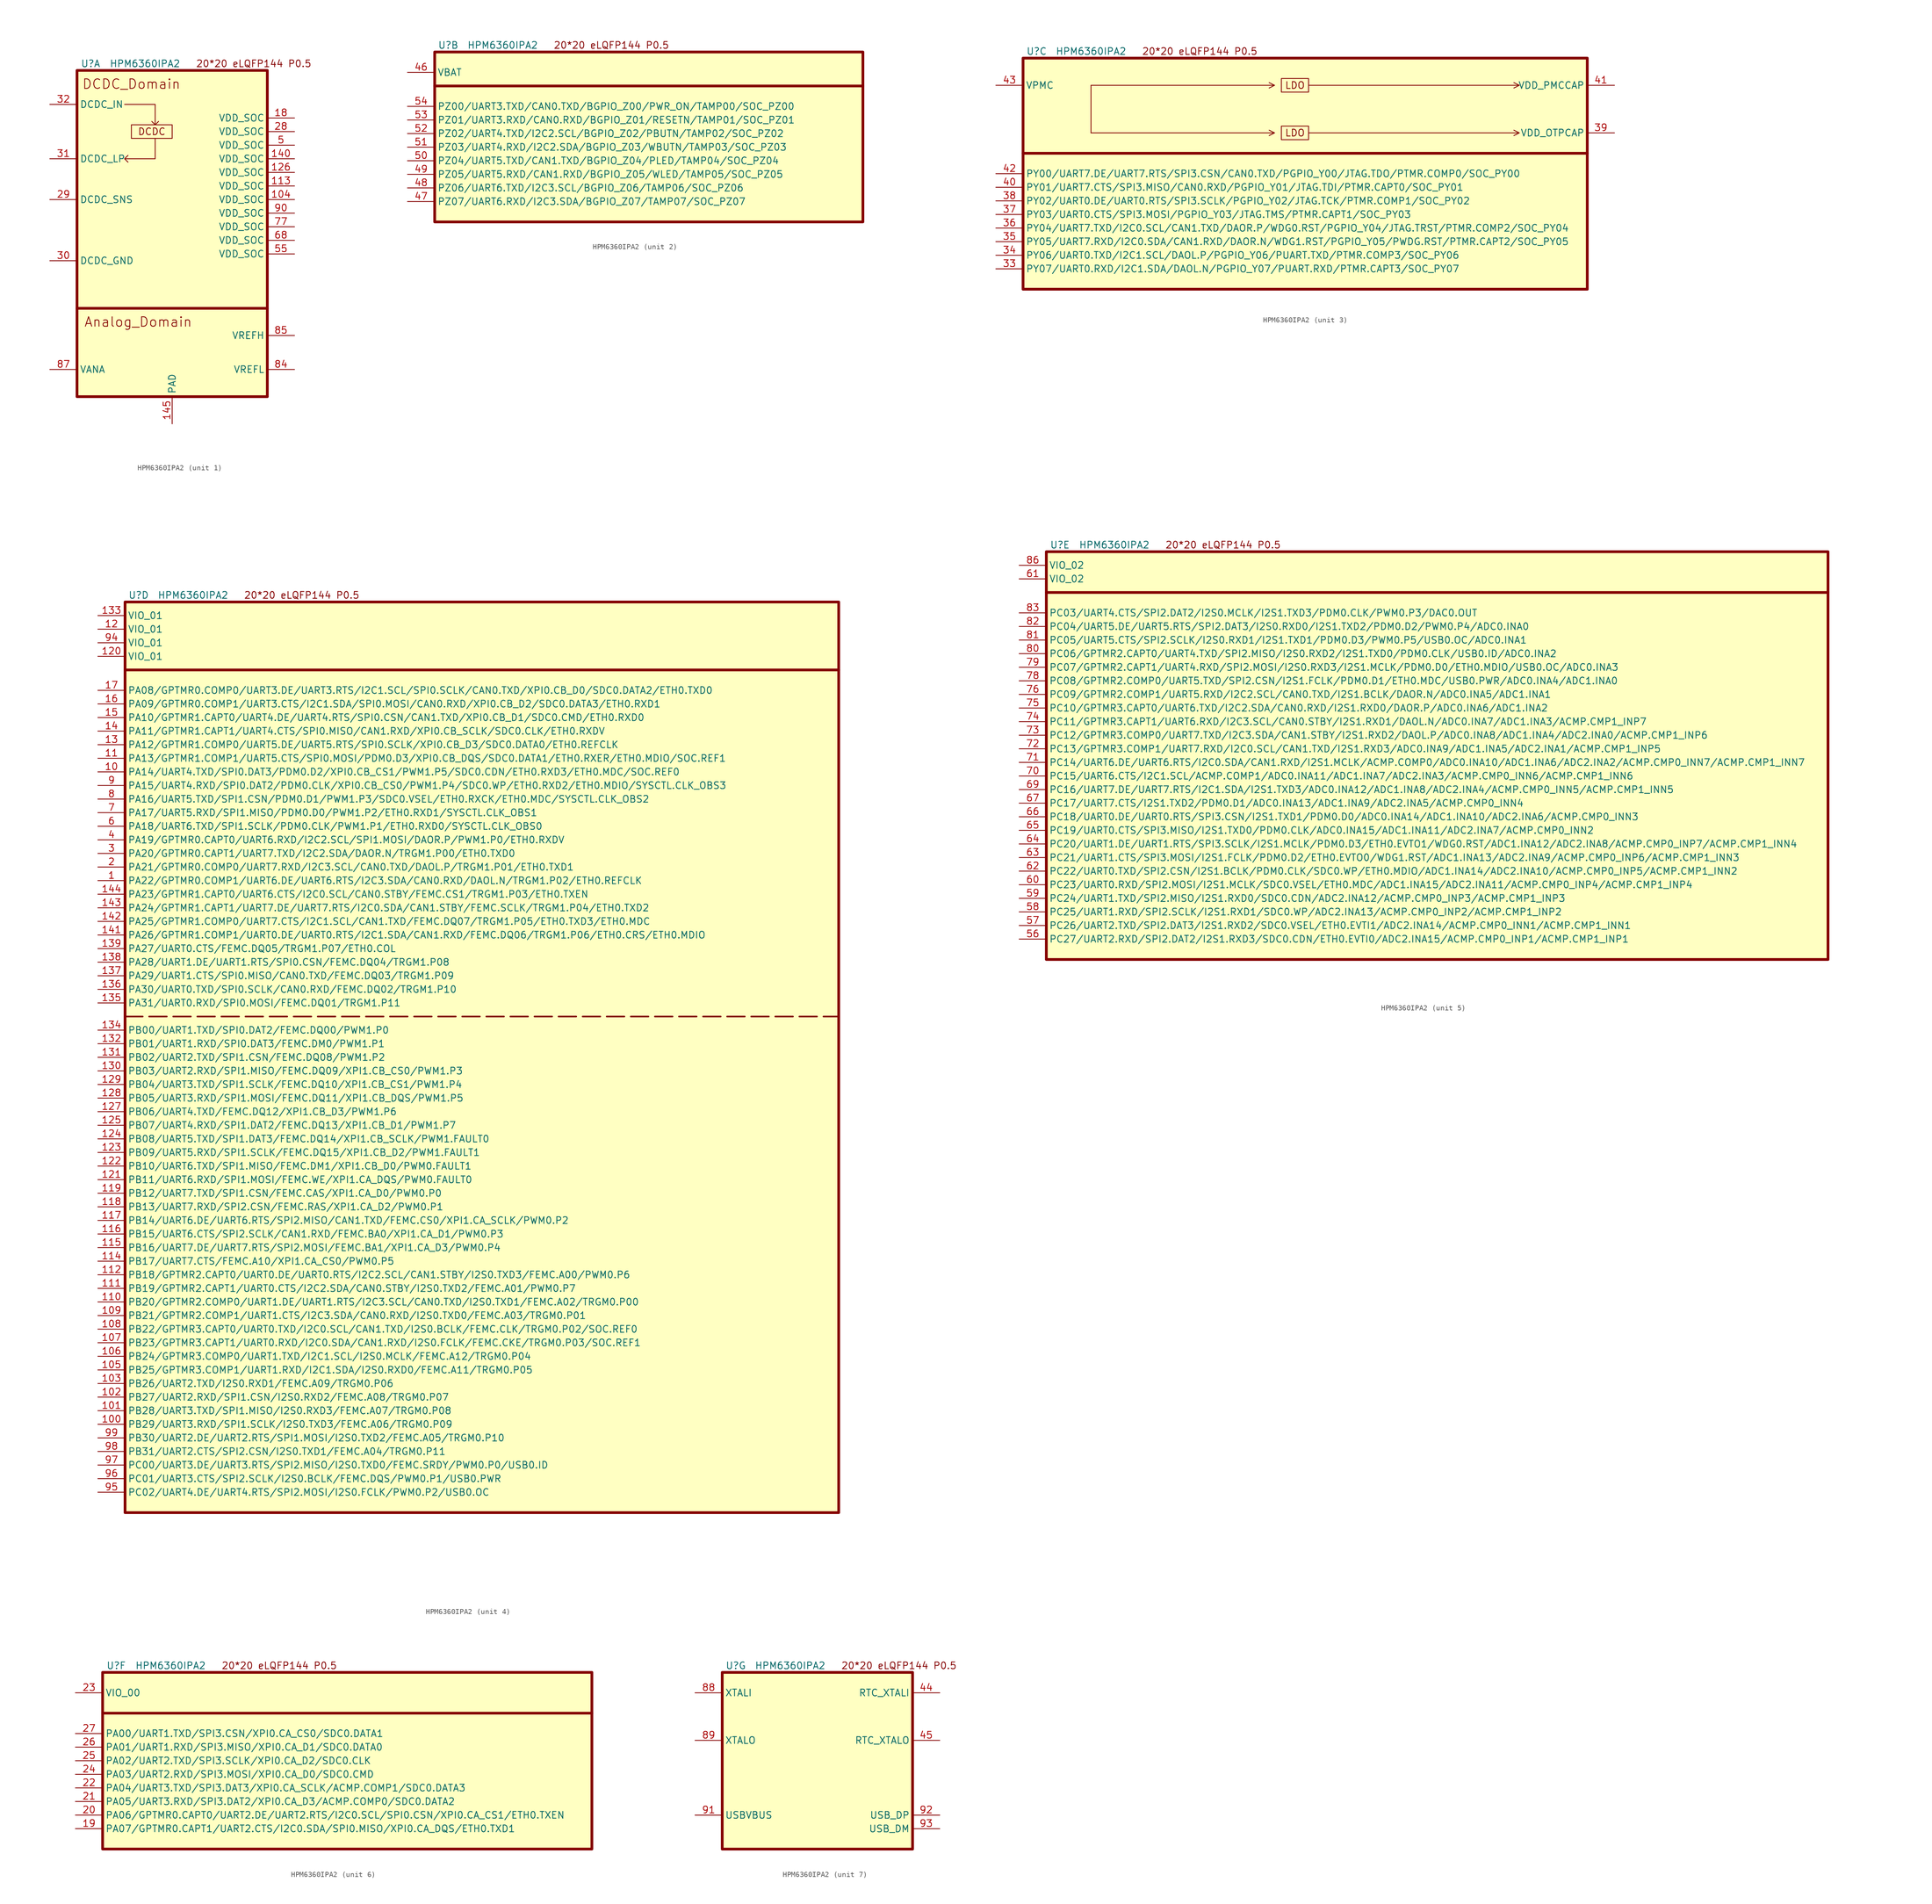
<source format=kicad_sym>
(kicad_symbol_lib
  (version 20220914)
  (generator kicad_symbol_editor)
  (symbol "HPM6360IPA2"
    (property "Reference" "U"
      (at 2.54 1.27 0)
      (effects (font (size 1.27 1.27))))
    (property "Value" "HPM6360IPA2"
      (at 12.7 1.27 0)
      (effects (font (size 1.27 1.27))))
    (property "ki_locked" ""
      (at 0 0 0)
      (effects (font (size 1.27 1.27))))
    (symbol "HPM6360IPA2_0_0"
      (text "20*20 eLQFP144 P0.5" (at 33.02 1.27 0) (effects (font (size 1.27 1.27)))))
    (symbol "HPM6360IPA2_1_1"
      (polyline (pts (xy 0 -44.45) (xy 35.56 -44.45)) (stroke (width 0.508) (type default)) (fill (type none)))
      (polyline (pts (xy 8.89 -6.35) (xy 14.605 -6.35) (xy 14.605 -10.16) (xy 13.97 -9.525) (xy 14.605 -10.16) (xy 15.24 -9.525)) (stroke (width 0) (type default)) (fill (type none)))
      (polyline (pts (xy 14.605 -12.7) (xy 14.605 -16.51) (xy 8.89 -16.51) (xy 9.525 -15.875) (xy 8.89 -16.51) (xy 9.525 -17.145)) (stroke (width 0) (type default)) (fill (type none)))
      (rectangle (start 0 0) (end 35.56 -60.96) (stroke (width 0.508) (type default)) (fill (type background)))
      (rectangle (start 10.16 -10.16) (end 17.78 -12.7) (stroke (width 0) (type default)) (fill (type none)))
      (text "Analog_Domain" (at 11.43 -46.99 0) (effects (font (size 1.778 1.778))))
      (text "DCDC" (at 13.97 -11.43 0) (effects (font (size 1.27 1.27))))
      (text "DCDC_Domain" (at 10.16 -2.54 0) (effects (font (size 1.778 1.778))))
      (pin power_in line (at 40.64 -24.13 180) (length 5.08) (name "VDD_SOC" (effects (font (size 1.27 1.27)))) (number "104" (effects (font (size 1.27 1.27)))))
      (pin power_in line (at 40.64 -21.59 180) (length 5.08) (name "VDD_SOC" (effects (font (size 1.27 1.27)))) (number "113" (effects (font (size 1.27 1.27)))))
      (pin power_in line (at 40.64 -19.05 180) (length 5.08) (name "VDD_SOC" (effects (font (size 1.27 1.27)))) (number "126" (effects (font (size 1.27 1.27)))))
      (pin power_in line (at 40.64 -16.51 180) (length 5.08) (name "VDD_SOC" (effects (font (size 1.27 1.27)))) (number "140" (effects (font (size 1.27 1.27)))))
      (pin power_out line (at 17.78 -66.04 90) (length 5.08) (name "PAD" (effects (font (size 1.27 1.27)))) (number "145" (effects (font (size 1.27 1.27)))))
      (pin power_in line (at 40.64 -8.89 180) (length 5.08) (name "VDD_SOC" (effects (font (size 1.27 1.27)))) (number "18" (effects (font (size 1.27 1.27)))))
      (pin power_in line (at 40.64 -11.43 180) (length 5.08) (name "VDD_SOC" (effects (font (size 1.27 1.27)))) (number "28" (effects (font (size 1.27 1.27)))))
      (pin input line (at -5.08 -24.13 0) (length 5.08) (name "DCDC_SNS" (effects (font (size 1.27 1.27)))) (number "29" (effects (font (size 1.27 1.27)))))
      (pin power_out line (at -5.08 -35.56 0) (length 5.08) (name "DCDC_GND" (effects (font (size 1.27 1.27)))) (number "30" (effects (font (size 1.27 1.27)))))
      (pin power_out line (at -5.08 -16.51 0) (length 5.08) (name "DCDC_LP" (effects (font (size 1.27 1.27)))) (number "31" (effects (font (size 1.27 1.27)))))
      (pin power_in line (at -5.08 -6.35 0) (length 5.08) (name "DCDC_IN" (effects (font (size 1.27 1.27)))) (number "32" (effects (font (size 1.27 1.27)))))
      (pin power_in line (at 40.64 -13.97 180) (length 5.08) (name "VDD_SOC" (effects (font (size 1.27 1.27)))) (number "5" (effects (font (size 1.27 1.27)))))
      (pin power_in line (at 40.64 -34.29 180) (length 5.08) (name "VDD_SOC" (effects (font (size 1.27 1.27)))) (number "55" (effects (font (size 1.27 1.27)))))
      (pin power_in line (at 40.64 -31.75 180) (length 5.08) (name "VDD_SOC" (effects (font (size 1.27 1.27)))) (number "68" (effects (font (size 1.27 1.27)))))
      (pin power_in line (at 40.64 -29.21 180) (length 5.08) (name "VDD_SOC" (effects (font (size 1.27 1.27)))) (number "77" (effects (font (size 1.27 1.27)))))
      (pin power_out line (at 40.64 -55.88 180) (length 5.08) (name "VREFL" (effects (font (size 1.27 1.27)))) (number "84" (effects (font (size 1.27 1.27)))))
      (pin power_in line (at 40.64 -49.53 180) (length 5.08) (name "VREFH" (effects (font (size 1.27 1.27)))) (number "85" (effects (font (size 1.27 1.27)))))
      (pin power_in line (at -5.08 -55.88 0) (length 5.08) (name "VANA" (effects (font (size 1.27 1.27)))) (number "87" (effects (font (size 1.27 1.27)))))
      (pin power_in line (at 40.64 -26.67 180) (length 5.08) (name "VDD_SOC" (effects (font (size 1.27 1.27)))) (number "90" (effects (font (size 1.27 1.27))))))
    (symbol "HPM6360IPA2_2_0"
      (polyline (pts (xy 0 -6.35) (xy 80.01 -6.35)) (stroke (width 0.5) (type default)) (fill (type none))))
    (symbol "HPM6360IPA2_2_1"
      (rectangle (start 0 0) (end 80.01 -31.75) (stroke (width 0.508) (type default)) (fill (type background)))
      (pin power_in line (at -5.08 -3.81 0) (length 5.08) (name "VBAT" (effects (font (size 1.27 1.27)))) (number "46" (effects (font (size 1.27 1.27)))))
      (pin bidirectional line (at -5.08 -27.94 0) (length 5.08) (name "PZ07/UART6.RXD/I2C3.SDA/BGPIO_Z07/TAMP07/SOC_PZ07" (effects (font (size 1.27 1.27)))) (number "47" (effects (font (size 1.27 1.27)))))
      (pin bidirectional line (at -5.08 -25.4 0) (length 5.08) (name "PZ06/UART6.TXD/I2C3.SCL/BGPIO_Z06/TAMP06/SOC_PZ06" (effects (font (size 1.27 1.27)))) (number "48" (effects (font (size 1.27 1.27)))))
      (pin bidirectional line (at -5.08 -22.86 0) (length 5.08) (name "PZ05/UART5.RXD/CAN1.RXD/BGPIO_Z05/WLED/TAMP05/SOC_PZ05" (effects (font (size 1.27 1.27)))) (number "49" (effects (font (size 1.27 1.27)))))
      (pin bidirectional line (at -5.08 -20.32 0) (length 5.08) (name "PZ04/UART5.TXD/CAN1.TXD/BGPIO_Z04/PLED/TAMP04/SOC_PZ04" (effects (font (size 1.27 1.27)))) (number "50" (effects (font (size 1.27 1.27)))))
      (pin bidirectional line (at -5.08 -17.78 0) (length 5.08) (name "PZ03/UART4.RXD/I2C2.SDA/BGPIO_Z03/WBUTN/TAMP03/SOC_PZ03" (effects (font (size 1.27 1.27)))) (number "51" (effects (font (size 1.27 1.27)))))
      (pin bidirectional line (at -5.08 -15.24 0) (length 5.08) (name "PZ02/UART4.TXD/I2C2.SCL/BGPIO_Z02/PBUTN/TAMP02/SOC_PZ02" (effects (font (size 1.27 1.27)))) (number "52" (effects (font (size 1.27 1.27)))))
      (pin bidirectional line (at -5.08 -12.7 0) (length 5.08) (name "PZ01/UART3.RXD/CAN0.RXD/BGPIO_Z01/RESETN/TAMP01/SOC_PZ01" (effects (font (size 1.27 1.27)))) (number "53" (effects (font (size 1.27 1.27)))))
      (pin bidirectional line (at -5.08 -10.16 0) (length 5.08) (name "PZ00/UART3.TXD/CAN0.TXD/BGPIO_Z00/PWR_ON/TAMP00/SOC_PZ00" (effects (font (size 1.27 1.27)))) (number "54" (effects (font (size 1.27 1.27))))))
    (symbol "HPM6360IPA2_3_0"
      (polyline (pts (xy 12.7 -13.97) (xy 46.99 -13.97) (xy 45.974 -13.462) (xy 46.99 -13.97) (xy 45.974 -14.478)) (stroke (width 0) (type default)) (fill (type none)))
      (polyline (pts (xy 12.7 -5.08) (xy 46.99 -5.08) (xy 45.974 -4.572) (xy 46.99 -5.08) (xy 45.974 -5.588)) (stroke (width 0) (type default)) (fill (type none)))
      (polyline (pts (xy 53.34 -13.97) (xy 92.71 -13.97) (xy 91.694 -13.462) (xy 92.71 -13.97) (xy 91.694 -14.478)) (stroke (width 0) (type default)) (fill (type none)))
      (polyline (pts (xy 53.34 -5.08) (xy 92.71 -5.08) (xy 91.694 -4.572) (xy 92.71 -5.08) (xy 91.694 -5.588)) (stroke (width 0) (type default)) (fill (type none))))
    (symbol "HPM6360IPA2_3_1"
      (polyline (pts (xy 0 -17.78) (xy 105.41 -17.78)) (stroke (width 0.508) (type default)) (fill (type none)))
      (polyline (pts (xy 12.7 -12.7) (xy 12.7 -5.08) (xy 12.7 -13.97)) (stroke (width 0) (type default)) (fill (type none)))
      (rectangle (start 0 0) (end 105.41 -43.18) (stroke (width 0.508) (type default)) (fill (type background)))
      (rectangle (start 48.26 -12.7) (end 53.34 -15.24) (stroke (width 0) (type default)) (fill (type none)))
      (rectangle (start 48.26 -3.81) (end 53.34 -6.35) (stroke (width 0) (type default)) (fill (type none)))
      (text "LDO" (at 50.8 -13.97 0) (effects (font (size 1.27 1.27))))
      (text "LDO" (at 50.8 -5.08 0) (effects (font (size 1.27 1.27))))
      (pin bidirectional line (at -5.08 -39.37 0) (length 5.08) (name "PY07/UART0.RXD/I2C1.SDA/DAOL.N/PGPIO_Y07/PUART.RXD/PTMR.CAPT3/SOC_PY07" (effects (font (size 1.27 1.27)))) (number "33" (effects (font (size 1.27 1.27)))))
      (pin bidirectional line (at -5.08 -36.83 0) (length 5.08) (name "PY06/UART0.TXD/I2C1.SCL/DAOL.P/PGPIO_Y06/PUART.TXD/PTMR.COMP3/SOC_PY06" (effects (font (size 1.27 1.27)))) (number "34" (effects (font (size 1.27 1.27)))))
      (pin bidirectional line (at -5.08 -34.29 0) (length 5.08) (name "PY05/UART7.RXD/I2C0.SDA/CAN1.RXD/DAOR.N/WDG1.RST/PGPIO_Y05/PWDG.RST/PTMR.CAPT2/SOC_PY05" (effects (font (size 1.27 1.27)))) (number "35" (effects (font (size 1.27 1.27)))))
      (pin bidirectional line (at -5.08 -31.75 0) (length 5.08) (name "PY04/UART7.TXD/I2C0.SCL/CAN1.TXD/DAOR.P/WDG0.RST/PGPIO_Y04/JTAG.TRST/PTMR.COMP2/SOC_PY04" (effects (font (size 1.27 1.27)))) (number "36" (effects (font (size 1.27 1.27)))))
      (pin bidirectional line (at -5.08 -29.21 0) (length 5.08) (name "PY03/UART0.CTS/SPI3.MOSI/PGPIO_Y03/JTAG.TMS/PTMR.CAPT1/SOC_PY03" (effects (font (size 1.27 1.27)))) (number "37" (effects (font (size 1.27 1.27)))))
      (pin bidirectional line (at -5.08 -26.67 0) (length 5.08) (name "PY02/UART0.DE/UART0.RTS/SPI3.SCLK/PGPIO_Y02/JTAG.TCK/PTMR.COMP1/SOC_PY02" (effects (font (size 1.27 1.27)))) (number "38" (effects (font (size 1.27 1.27)))))
      (pin power_out line (at 110.49 -13.97 180) (length 5.08) (name "VDD_OTPCAP" (effects (font (size 1.27 1.27)))) (number "39" (effects (font (size 1.27 1.27)))))
      (pin bidirectional line (at -5.08 -24.13 0) (length 5.08) (name "PY01/UART7.CTS/SPI3.MISO/CAN0.RXD/PGPIO_Y01/JTAG.TDI/PTMR.CAPT0/SOC_PY01" (effects (font (size 1.27 1.27)))) (number "40" (effects (font (size 1.27 1.27)))))
      (pin power_out line (at 110.49 -5.08 180) (length 5.08) (name "VDD_PMCCAP" (effects (font (size 1.27 1.27)))) (number "41" (effects (font (size 1.27 1.27)))))
      (pin bidirectional line (at -5.08 -21.59 0) (length 5.08) (name "PY00/UART7.DE/UART7.RTS/SPI3.CSN/CAN0.TXD/PGPIO_Y00/JTAG.TDO/PTMR.COMP0/SOC_PY00" (effects (font (size 1.27 1.27)))) (number "42" (effects (font (size 1.27 1.27)))))
      (pin power_in line (at -5.08 -5.08 0) (length 5.08) (name "VPMC" (effects (font (size 1.27 1.27)))) (number "43" (effects (font (size 1.27 1.27))))))
    (symbol "HPM6360IPA2_4_1"
      (polyline (pts (xy 0 -77.47) (xy 133.35 -77.47)) (stroke (width 0.3) (type dash)) (fill (type none)))
      (polyline (pts (xy 0 -12.7) (xy 133.35 -12.7)) (stroke (width 0.5) (type default)) (fill (type none)))
      (rectangle (start 0 0) (end 133.35 -170.18) (stroke (width 0.508) (type default)) (fill (type background)))
      (pin bidirectional line (at -5.08 -52.07 0) (length 5.08) (name "PA22/GPTMR0.COMP1/UART6.DE/UART6.RTS/I2C3.SDA/CAN0.RXD/DAOL.N/TRGM1.P02/ETH0.REFCLK" (effects (font (size 1.27 1.27)))) (number "1" (effects (font (size 1.27 1.27)))))
      (pin bidirectional line (at -5.08 -31.75 0) (length 5.08) (name "PA14/UART4.TXD/SPI0.DAT3/PDM0.D2/XPI0.CB_CS1/PWM1.P5/SDC0.CDN/ETH0.RXD3/ETH0.MDC/SOC.REF0" (effects (font (size 1.27 1.27)))) (number "10" (effects (font (size 1.27 1.27)))))
      (pin bidirectional line (at -5.08 -153.67 0) (length 5.08) (name "PB29/UART3.RXD/SPI1.SCLK/I2S0.TXD3/FEMC.A06/TRGM0.P09" (effects (font (size 1.27 1.27)))) (number "100" (effects (font (size 1.27 1.27)))))
      (pin bidirectional line (at -5.08 -151.13 0) (length 5.08) (name "PB28/UART3.TXD/SPI1.MISO/I2S0.RXD3/FEMC.A07/TRGM0.P08" (effects (font (size 1.27 1.27)))) (number "101" (effects (font (size 1.27 1.27)))))
      (pin bidirectional line (at -5.08 -148.59 0) (length 5.08) (name "PB27/UART2.RXD/SPI1.CSN/I2S0.RXD2/FEMC.A08/TRGM0.P07" (effects (font (size 1.27 1.27)))) (number "102" (effects (font (size 1.27 1.27)))))
      (pin bidirectional line (at -5.08 -146.05 0) (length 5.08) (name "PB26/UART2.TXD/I2S0.RXD1/FEMC.A09/TRGM0.P06" (effects (font (size 1.27 1.27)))) (number "103" (effects (font (size 1.27 1.27)))))
      (pin bidirectional line (at -5.08 -143.51 0) (length 5.08) (name "PB25/GPTMR3.COMP1/UART1.RXD/I2C1.SDA/I2S0.RXD0/FEMC.A11/TRGM0.P05" (effects (font (size 1.27 1.27)))) (number "105" (effects (font (size 1.27 1.27)))))
      (pin bidirectional line (at -5.08 -140.97 0) (length 5.08) (name "PB24/GPTMR3.COMP0/UART1.TXD/I2C1.SCL/I2S0.MCLK/FEMC.A12/TRGM0.P04" (effects (font (size 1.27 1.27)))) (number "106" (effects (font (size 1.27 1.27)))))
      (pin bidirectional line (at -5.08 -138.43 0) (length 5.08) (name "PB23/GPTMR3.CAPT1/UART0.RXD/I2C0.SDA/CAN1.RXD/I2S0.FCLK/FEMC.CKE/TRGM0.P03/SOC.REF1" (effects (font (size 1.27 1.27)))) (number "107" (effects (font (size 1.27 1.27)))))
      (pin bidirectional line (at -5.08 -135.89 0) (length 5.08) (name "PB22/GPTMR3.CAPT0/UART0.TXD/I2C0.SCL/CAN1.TXD/I2S0.BCLK/FEMC.CLK/TRGM0.P02/SOC.REF0" (effects (font (size 1.27 1.27)))) (number "108" (effects (font (size 1.27 1.27)))))
      (pin bidirectional line (at -5.08 -133.35 0) (length 5.08) (name "PB21/GPTMR2.COMP1/UART1.CTS/I2C3.SDA/CAN0.RXD/I2S0.TXD0/FEMC.A03/TRGM0.P01" (effects (font (size 1.27 1.27)))) (number "109" (effects (font (size 1.27 1.27)))))
      (pin bidirectional line (at -5.08 -29.21 0) (length 5.08) (name "PA13/GPTMR1.COMP1/UART5.CTS/SPI0.MOSI/PDM0.D3/XPI0.CB_DQS/SDC0.DATA1/ETH0.RXER/ETH0.MDIO/SOC.REF1" (effects (font (size 1.27 1.27)))) (number "11" (effects (font (size 1.27 1.27)))))
      (pin bidirectional line (at -5.08 -130.81 0) (length 5.08) (name "PB20/GPTMR2.COMP0/UART1.DE/UART1.RTS/I2C3.SCL/CAN0.TXD/I2S0.TXD1/FEMC.A02/TRGM0.P00" (effects (font (size 1.27 1.27)))) (number "110" (effects (font (size 1.27 1.27)))))
      (pin bidirectional line (at -5.08 -128.27 0) (length 5.08) (name "PB19/GPTMR2.CAPT1/UART0.CTS/I2C2.SDA/CAN0.STBY/I2S0.TXD2/FEMC.A01/PWM0.P7" (effects (font (size 1.27 1.27)))) (number "111" (effects (font (size 1.27 1.27)))))
      (pin bidirectional line (at -5.08 -125.73 0) (length 5.08) (name "PB18/GPTMR2.CAPT0/UART0.DE/UART0.RTS/I2C2.SCL/CAN1.STBY/I2S0.TXD3/FEMC.A00/PWM0.P6" (effects (font (size 1.27 1.27)))) (number "112" (effects (font (size 1.27 1.27)))))
      (pin bidirectional line (at -5.08 -123.19 0) (length 5.08) (name "PB17/UART7.CTS/FEMC.A10/XPI1.CA_CS0/PWM0.P5" (effects (font (size 1.27 1.27)))) (number "114" (effects (font (size 1.27 1.27)))))
      (pin bidirectional line (at -5.08 -120.65 0) (length 5.08) (name "PB16/UART7.DE/UART7.RTS/SPI2.MOSI/FEMC.BA1/XPI1.CA_D3/PWM0.P4" (effects (font (size 1.27 1.27)))) (number "115" (effects (font (size 1.27 1.27)))))
      (pin bidirectional line (at -5.08 -118.11 0) (length 5.08) (name "PB15/UART6.CTS/SPI2.SCLK/CAN1.RXD/FEMC.BA0/XPI1.CA_D1/PWM0.P3" (effects (font (size 1.27 1.27)))) (number "116" (effects (font (size 1.27 1.27)))))
      (pin bidirectional line (at -5.08 -115.57 0) (length 5.08) (name "PB14/UART6.DE/UART6.RTS/SPI2.MISO/CAN1.TXD/FEMC.CS0/XPI1.CA_SCLK/PWM0.P2" (effects (font (size 1.27 1.27)))) (number "117" (effects (font (size 1.27 1.27)))))
      (pin bidirectional line (at -5.08 -113.03 0) (length 5.08) (name "PB13/UART7.RXD/SPI2.CSN/FEMC.RAS/XPI1.CA_D2/PWM0.P1" (effects (font (size 1.27 1.27)))) (number "118" (effects (font (size 1.27 1.27)))))
      (pin bidirectional line (at -5.08 -110.49 0) (length 5.08) (name "PB12/UART7.TXD/SPI1.CSN/FEMC.CAS/XPI1.CA_D0/PWM0.P0" (effects (font (size 1.27 1.27)))) (number "119" (effects (font (size 1.27 1.27)))))
      (pin power_in line (at -5.08 -5.08 0) (length 5.08) (name "VIO_01" (effects (font (size 1.27 1.27)))) (number "12" (effects (font (size 1.27 1.27)))))
      (pin power_in line (at -5.08 -10.16 0) (length 5.08) (name "VIO_01" (effects (font (size 1.27 1.27)))) (number "120" (effects (font (size 1.27 1.27)))))
      (pin bidirectional line (at -5.08 -107.95 0) (length 5.08) (name "PB11/UART6.RXD/SPI1.MOSI/FEMC.WE/XPI1.CA_DQS/PWM0.FAULT0" (effects (font (size 1.27 1.27)))) (number "121" (effects (font (size 1.27 1.27)))))
      (pin bidirectional line (at -5.08 -105.41 0) (length 5.08) (name "PB10/UART6.TXD/SPI1.MISO/FEMC.DM1/XPI1.CB_D0/PWM0.FAULT1" (effects (font (size 1.27 1.27)))) (number "122" (effects (font (size 1.27 1.27)))))
      (pin bidirectional line (at -5.08 -102.87 0) (length 5.08) (name "PB09/UART5.RXD/SPI1.SCLK/FEMC.DQ15/XPI1.CB_D2/PWM1.FAULT1" (effects (font (size 1.27 1.27)))) (number "123" (effects (font (size 1.27 1.27)))))
      (pin bidirectional line (at -5.08 -100.33 0) (length 5.08) (name "PB08/UART5.TXD/SPI1.DAT3/FEMC.DQ14/XPI1.CB_SCLK/PWM1.FAULT0" (effects (font (size 1.27 1.27)))) (number "124" (effects (font (size 1.27 1.27)))))
      (pin bidirectional line (at -5.08 -97.79 0) (length 5.08) (name "PB07/UART4.RXD/SPI1.DAT2/FEMC.DQ13/XPI1.CB_D1/PWM1.P7" (effects (font (size 1.27 1.27)))) (number "125" (effects (font (size 1.27 1.27)))))
      (pin bidirectional line (at -5.08 -95.25 0) (length 5.08) (name "PB06/UART4.TXD/FEMC.DQ12/XPI1.CB_D3/PWM1.P6" (effects (font (size 1.27 1.27)))) (number "127" (effects (font (size 1.27 1.27)))))
      (pin bidirectional line (at -5.08 -92.71 0) (length 5.08) (name "PB05/UART3.RXD/SPI1.MOSI/FEMC.DQ11/XPI1.CB_DQS/PWM1.P5" (effects (font (size 1.27 1.27)))) (number "128" (effects (font (size 1.27 1.27)))))
      (pin bidirectional line (at -5.08 -90.17 0) (length 5.08) (name "PB04/UART3.TXD/SPI1.SCLK/FEMC.DQ10/XPI1.CB_CS1/PWM1.P4" (effects (font (size 1.27 1.27)))) (number "129" (effects (font (size 1.27 1.27)))))
      (pin bidirectional line (at -5.08 -26.67 0) (length 5.08) (name "PA12/GPTMR1.COMP0/UART5.DE/UART5.RTS/SPI0.SCLK/XPI0.CB_D3/SDC0.DATA0/ETH0.REFCLK" (effects (font (size 1.27 1.27)))) (number "13" (effects (font (size 1.27 1.27)))))
      (pin bidirectional line (at -5.08 -87.63 0) (length 5.08) (name "PB03/UART2.RXD/SPI1.MISO/FEMC.DQ09/XPI1.CB_CS0/PWM1.P3" (effects (font (size 1.27 1.27)))) (number "130" (effects (font (size 1.27 1.27)))))
      (pin bidirectional line (at -5.08 -85.09 0) (length 5.08) (name "PB02/UART2.TXD/SPI1.CSN/FEMC.DQ08/PWM1.P2" (effects (font (size 1.27 1.27)))) (number "131" (effects (font (size 1.27 1.27)))))
      (pin bidirectional line (at -5.08 -82.55 0) (length 5.08) (name "PB01/UART1.RXD/SPI0.DAT3/FEMC.DM0/PWM1.P1" (effects (font (size 1.27 1.27)))) (number "132" (effects (font (size 1.27 1.27)))))
      (pin power_in line (at -5.08 -2.54 0) (length 5.08) (name "VIO_01" (effects (font (size 1.27 1.27)))) (number "133" (effects (font (size 1.27 1.27)))))
      (pin bidirectional line (at -5.08 -80.01 0) (length 5.08) (name "PB00/UART1.TXD/SPI0.DAT2/FEMC.DQ00/PWM1.P0" (effects (font (size 1.27 1.27)))) (number "134" (effects (font (size 1.27 1.27)))))
      (pin bidirectional line (at -5.08 -74.93 0) (length 5.08) (name "PA31/UART0.RXD/SPI0.MOSI/FEMC.DQ01/TRGM1.P11" (effects (font (size 1.27 1.27)))) (number "135" (effects (font (size 1.27 1.27)))))
      (pin bidirectional line (at -5.08 -72.39 0) (length 5.08) (name "PA30/UART0.TXD/SPI0.SCLK/CAN0.RXD/FEMC.DQ02/TRGM1.P10" (effects (font (size 1.27 1.27)))) (number "136" (effects (font (size 1.27 1.27)))))
      (pin bidirectional line (at -5.08 -69.85 0) (length 5.08) (name "PA29/UART1.CTS/SPI0.MISO/CAN0.TXD/FEMC.DQ03/TRGM1.P09" (effects (font (size 1.27 1.27)))) (number "137" (effects (font (size 1.27 1.27)))))
      (pin bidirectional line (at -5.08 -67.31 0) (length 5.08) (name "PA28/UART1.DE/UART1.RTS/SPI0.CSN/FEMC.DQ04/TRGM1.P08" (effects (font (size 1.27 1.27)))) (number "138" (effects (font (size 1.27 1.27)))))
      (pin bidirectional line (at -5.08 -64.77 0) (length 5.08) (name "PA27/UART0.CTS/FEMC.DQ05/TRGM1.P07/ETH0.COL" (effects (font (size 1.27 1.27)))) (number "139" (effects (font (size 1.27 1.27)))))
      (pin bidirectional line (at -5.08 -24.13 0) (length 5.08) (name "PA11/GPTMR1.CAPT1/UART4.CTS/SPI0.MISO/CAN1.RXD/XPI0.CB_SCLK/SDC0.CLK/ETH0.RXDV" (effects (font (size 1.27 1.27)))) (number "14" (effects (font (size 1.27 1.27)))))
      (pin bidirectional line (at -5.08 -62.23 0) (length 5.08) (name "PA26/GPTMR1.COMP1/UART0.DE/UART0.RTS/I2C1.SDA/CAN1.RXD/FEMC.DQ06/TRGM1.P06/ETH0.CRS/ETH0.MDIO" (effects (font (size 1.27 1.27)))) (number "141" (effects (font (size 1.27 1.27)))))
      (pin bidirectional line (at -5.08 -59.69 0) (length 5.08) (name "PA25/GPTMR1.COMP0/UART7.CTS/I2C1.SCL/CAN1.TXD/FEMC.DQ07/TRGM1.P05/ETH0.TXD3/ETH0.MDC" (effects (font (size 1.27 1.27)))) (number "142" (effects (font (size 1.27 1.27)))))
      (pin bidirectional line (at -5.08 -57.15 0) (length 5.08) (name "PA24/GPTMR1.CAPT1/UART7.DE/UART7.RTS/I2C0.SDA/CAN1.STBY/FEMC.SCLK/TRGM1.P04/ETH0.TXD2" (effects (font (size 1.27 1.27)))) (number "143" (effects (font (size 1.27 1.27)))))
      (pin bidirectional line (at -5.08 -54.61 0) (length 5.08) (name "PA23/GPTMR1.CAPT0/UART6.CTS/I2C0.SCL/CAN0.STBY/FEMC.CS1/TRGM1.P03/ETH0.TXEN" (effects (font (size 1.27 1.27)))) (number "144" (effects (font (size 1.27 1.27)))))
      (pin bidirectional line (at -5.08 -21.59 0) (length 5.08) (name "PA10/GPTMR1.CAPT0/UART4.DE/UART4.RTS/SPI0.CSN/CAN1.TXD/XPI0.CB_D1/SDC0.CMD/ETH0.RXD0" (effects (font (size 1.27 1.27)))) (number "15" (effects (font (size 1.27 1.27)))))
      (pin bidirectional line (at -5.08 -19.05 0) (length 5.08) (name "PA09/GPTMR0.COMP1/UART3.CTS/I2C1.SDA/SPI0.MOSI/CAN0.RXD/XPI0.CB_D2/SDC0.DATA3/ETH0.RXD1" (effects (font (size 1.27 1.27)))) (number "16" (effects (font (size 1.27 1.27)))))
      (pin bidirectional line (at -5.08 -16.51 0) (length 5.08) (name "PA08/GPTMR0.COMP0/UART3.DE/UART3.RTS/I2C1.SCL/SPI0.SCLK/CAN0.TXD/XPI0.CB_D0/SDC0.DATA2/ETH0.TXD0" (effects (font (size 1.27 1.27)))) (number "17" (effects (font (size 1.27 1.27)))))
      (pin bidirectional line (at -5.08 -49.53 0) (length 5.08) (name "PA21/GPTMR0.COMP0/UART7.RXD/I2C3.SCL/CAN0.TXD/DAOL.P/TRGM1.P01/ETH0.TXD1" (effects (font (size 1.27 1.27)))) (number "2" (effects (font (size 1.27 1.27)))))
      (pin bidirectional line (at -5.08 -46.99 0) (length 5.08) (name "PA20/GPTMR0.CAPT1/UART7.TXD/I2C2.SDA/DAOR.N/TRGM1.P00/ETH0.TXD0" (effects (font (size 1.27 1.27)))) (number "3" (effects (font (size 1.27 1.27)))))
      (pin bidirectional line (at -5.08 -44.45 0) (length 5.08) (name "PA19/GPTMR0.CAPT0/UART6.RXD/I2C2.SCL/SPI1.MOSI/DAOR.P/PWM1.P0/ETH0.RXDV" (effects (font (size 1.27 1.27)))) (number "4" (effects (font (size 1.27 1.27)))))
      (pin bidirectional line (at -5.08 -41.91 0) (length 5.08) (name "PA18/UART6.TXD/SPI1.SCLK/PDM0.CLK/PWM1.P1/ETH0.RXD0/SYSCTL.CLK_OBS0" (effects (font (size 1.27 1.27)))) (number "6" (effects (font (size 1.27 1.27)))))
      (pin bidirectional line (at -5.08 -39.37 0) (length 5.08) (name "PA17/UART5.RXD/SPI1.MISO/PDM0.D0/PWM1.P2/ETH0.RXD1/SYSCTL.CLK_OBS1" (effects (font (size 1.27 1.27)))) (number "7" (effects (font (size 1.27 1.27)))))
      (pin bidirectional line (at -5.08 -36.83 0) (length 5.08) (name "PA16/UART5.TXD/SPI1.CSN/PDM0.D1/PWM1.P3/SDC0.VSEL/ETH0.RXCK/ETH0.MDC/SYSCTL.CLK_OBS2" (effects (font (size 1.27 1.27)))) (number "8" (effects (font (size 1.27 1.27)))))
      (pin bidirectional line (at -5.08 -34.29 0) (length 5.08) (name "PA15/UART4.RXD/SPI0.DAT2/PDM0.CLK/XPI0.CB_CS0/PWM1.P4/SDC0.WP/ETH0.RXD2/ETH0.MDIO/SYSCTL.CLK_OBS3" (effects (font (size 1.27 1.27)))) (number "9" (effects (font (size 1.27 1.27)))))
      (pin power_in line (at -5.08 -7.62 0) (length 5.08) (name "VIO_01" (effects (font (size 1.27 1.27)))) (number "94" (effects (font (size 1.27 1.27)))))
      (pin bidirectional line (at -5.08 -166.37 0) (length 5.08) (name "PC02/UART4.DE/UART4.RTS/SPI2.MOSI/I2S0.FCLK/PWM0.P2/USB0.OC" (effects (font (size 1.27 1.27)))) (number "95" (effects (font (size 1.27 1.27)))))
      (pin bidirectional line (at -5.08 -163.83 0) (length 5.08) (name "PC01/UART3.CTS/SPI2.SCLK/I2S0.BCLK/FEMC.DQS/PWM0.P1/USB0.PWR" (effects (font (size 1.27 1.27)))) (number "96" (effects (font (size 1.27 1.27)))))
      (pin bidirectional line (at -5.08 -161.29 0) (length 5.08) (name "PC00/UART3.DE/UART3.RTS/SPI2.MISO/I2S0.TXD0/FEMC.SRDY/PWM0.P0/USB0.ID" (effects (font (size 1.27 1.27)))) (number "97" (effects (font (size 1.27 1.27)))))
      (pin bidirectional line (at -5.08 -158.75 0) (length 5.08) (name "PB31/UART2.CTS/SPI2.CSN/I2S0.TXD1/FEMC.A04/TRGM0.P11" (effects (font (size 1.27 1.27)))) (number "98" (effects (font (size 1.27 1.27)))))
      (pin bidirectional line (at -5.08 -156.21 0) (length 5.08) (name "PB30/UART2.DE/UART2.RTS/SPI1.MOSI/I2S0.TXD2/FEMC.A05/TRGM0.P10" (effects (font (size 1.27 1.27)))) (number "99" (effects (font (size 1.27 1.27))))))
    (symbol "HPM6360IPA2_5_1"
      (polyline (pts (xy 0 -7.62) (xy 146.05 -7.62)) (stroke (width 0.5) (type default)) (fill (type none)))
      (rectangle (start 0 0) (end 146.05 -76.2) (stroke (width 0.508) (type default)) (fill (type background)))
      (pin bidirectional line (at -5.08 -72.39 0) (length 5.08) (name "PC27/UART2.RXD/SPI2.DAT2/I2S1.RXD3/SDC0.CDN/ETH0.EVTI0/ADC2.INA15/ACMP.CMP0_INP1/ACMP.CMP1_INP1" (effects (font (size 1.27 1.27)))) (number "56" (effects (font (size 1.27 1.27)))))
      (pin bidirectional line (at -5.08 -69.85 0) (length 5.08) (name "PC26/UART2.TXD/SPI2.DAT3/I2S1.RXD2/SDC0.VSEL/ETH0.EVTI1/ADC2.INA14/ACMP.CMP0_INN1/ACMP.CMP1_INN1" (effects (font (size 1.27 1.27)))) (number "57" (effects (font (size 1.27 1.27)))))
      (pin bidirectional line (at -5.08 -67.31 0) (length 5.08) (name "PC25/UART1.RXD/SPI2.SCLK/I2S1.RXD1/SDC0.WP/ADC2.INA13/ACMP.CMP0_INP2/ACMP.CMP1_INP2" (effects (font (size 1.27 1.27)))) (number "58" (effects (font (size 1.27 1.27)))))
      (pin bidirectional line (at -5.08 -64.77 0) (length 5.08) (name "PC24/UART1.TXD/SPI2.MISO/I2S1.RXD0/SDC0.CDN/ADC2.INA12/ACMP.CMP0_INP3/ACMP.CMP1_INP3" (effects (font (size 1.27 1.27)))) (number "59" (effects (font (size 1.27 1.27)))))
      (pin bidirectional line (at -5.08 -62.23 0) (length 5.08) (name "PC23/UART0.RXD/SPI2.MOSI/I2S1.MCLK/SDC0.VSEL/ETH0.MDC/ADC1.INA15/ADC2.INA11/ACMP.CMP0_INP4/ACMP.CMP1_INP4" (effects (font (size 1.27 1.27)))) (number "60" (effects (font (size 1.27 1.27)))))
      (pin power_in line (at -5.08 -5.08 0) (length 5.08) (name "VIO_02" (effects (font (size 1.27 1.27)))) (number "61" (effects (font (size 1.27 1.27)))))
      (pin bidirectional line (at -5.08 -59.69 0) (length 5.08) (name "PC22/UART0.TXD/SPI2.CSN/I2S1.BCLK/PDM0.CLK/SDC0.WP/ETH0.MDIO/ADC1.INA14/ADC2.INA10/ACMP.CMP0_INP5/ACMP.CMP1_INN2" (effects (font (size 1.27 1.27)))) (number "62" (effects (font (size 1.27 1.27)))))
      (pin bidirectional line (at -5.08 -57.15 0) (length 5.08) (name "PC21/UART1.CTS/SPI3.MOSI/I2S1.FCLK/PDM0.D2/ETH0.EVTO0/WDG1.RST/ADC1.INA13/ADC2.INA9/ACMP.CMP0_INP6/ACMP.CMP1_INN3" (effects (font (size 1.27 1.27)))) (number "63" (effects (font (size 1.27 1.27)))))
      (pin bidirectional line (at -5.08 -54.61 0) (length 5.08) (name "PC20/UART1.DE/UART1.RTS/SPI3.SCLK/I2S1.MCLK/PDM0.D3/ETH0.EVTO1/WDG0.RST/ADC1.INA12/ADC2.INA8/ACMP.CMP0_INP7/ACMP.CMP1_INN4" (effects (font (size 1.27 1.27)))) (number "64" (effects (font (size 1.27 1.27)))))
      (pin bidirectional line (at -5.08 -52.07 0) (length 5.08) (name "PC19/UART0.CTS/SPI3.MISO/I2S1.TXD0/PDM0.CLK/ADC0.INA15/ADC1.INA11/ADC2.INA7/ACMP.CMP0_INN2" (effects (font (size 1.27 1.27)))) (number "65" (effects (font (size 1.27 1.27)))))
      (pin bidirectional line (at -5.08 -49.53 0) (length 5.08) (name "PC18/UART0.DE/UART0.RTS/SPI3.CSN/I2S1.TXD1/PDM0.D0/ADC0.INA14/ADC1.INA10/ADC2.INA6/ACMP.CMP0_INN3" (effects (font (size 1.27 1.27)))) (number "66" (effects (font (size 1.27 1.27)))))
      (pin bidirectional line (at -5.08 -46.99 0) (length 5.08) (name "PC17/UART7.CTS/I2S1.TXD2/PDM0.D1/ADC0.INA13/ADC1.INA9/ADC2.INA5/ACMP.CMP0_INN4" (effects (font (size 1.27 1.27)))) (number "67" (effects (font (size 1.27 1.27)))))
      (pin bidirectional line (at -5.08 -44.45 0) (length 5.08) (name "PC16/UART7.DE/UART7.RTS/I2C1.SDA/I2S1.TXD3/ADC0.INA12/ADC1.INA8/ADC2.INA4/ACMP.CMP0_INN5/ACMP.CMP1_INN5" (effects (font (size 1.27 1.27)))) (number "69" (effects (font (size 1.27 1.27)))))
      (pin bidirectional line (at -5.08 -41.91 0) (length 5.08) (name "PC15/UART6.CTS/I2C1.SCL/ACMP.COMP1/ADC0.INA11/ADC1.INA7/ADC2.INA3/ACMP.CMP0_INN6/ACMP.CMP1_INN6" (effects (font (size 1.27 1.27)))) (number "70" (effects (font (size 1.27 1.27)))))
      (pin bidirectional line (at -5.08 -39.37 0) (length 5.08) (name "PC14/UART6.DE/UART6.RTS/I2C0.SDA/CAN1.RXD/I2S1.MCLK/ACMP.COMP0/ADC0.INA10/ADC1.INA6/ADC2.INA2/ACMP.CMP0_INN7/ACMP.CMP1_INN7" (effects (font (size 1.27 1.27)))) (number "71" (effects (font (size 1.27 1.27)))))
      (pin bidirectional line (at -5.08 -36.83 0) (length 5.08) (name "PC13/GPTMR3.COMP1/UART7.RXD/I2C0.SCL/CAN1.TXD/I2S1.RXD3/ADC0.INA9/ADC1.INA5/ADC2.INA1/ACMP.CMP1_INP5" (effects (font (size 1.27 1.27)))) (number "72" (effects (font (size 1.27 1.27)))))
      (pin bidirectional line (at -5.08 -34.29 0) (length 5.08) (name "PC12/GPTMR3.COMP0/UART7.TXD/I2C3.SDA/CAN1.STBY/I2S1.RXD2/DAOL.P/ADC0.INA8/ADC1.INA4/ADC2.INA0/ACMP.CMP1_INP6" (effects (font (size 1.27 1.27)))) (number "73" (effects (font (size 1.27 1.27)))))
      (pin bidirectional line (at -5.08 -31.75 0) (length 5.08) (name "PC11/GPTMR3.CAPT1/UART6.RXD/I2C3.SCL/CAN0.STBY/I2S1.RXD1/DAOL.N/ADC0.INA7/ADC1.INA3/ACMP.CMP1_INP7" (effects (font (size 1.27 1.27)))) (number "74" (effects (font (size 1.27 1.27)))))
      (pin bidirectional line (at -5.08 -29.21 0) (length 5.08) (name "PC10/GPTMR3.CAPT0/UART6.TXD/I2C2.SDA/CAN0.RXD/I2S1.RXD0/DAOR.P/ADC0.INA6/ADC1.INA2" (effects (font (size 1.27 1.27)))) (number "75" (effects (font (size 1.27 1.27)))))
      (pin bidirectional line (at -5.08 -26.67 0) (length 5.08) (name "PC09/GPTMR2.COMP1/UART5.RXD/I2C2.SCL/CAN0.TXD/I2S1.BCLK/DAOR.N/ADC0.INA5/ADC1.INA1" (effects (font (size 1.27 1.27)))) (number "76" (effects (font (size 1.27 1.27)))))
      (pin bidirectional line (at -5.08 -24.13 0) (length 5.08) (name "PC08/GPTMR2.COMP0/UART5.TXD/SPI2.CSN/I2S1.FCLK/PDM0.D1/ETH0.MDC/USB0.PWR/ADC0.INA4/ADC1.INA0" (effects (font (size 1.27 1.27)))) (number "78" (effects (font (size 1.27 1.27)))))
      (pin bidirectional line (at -5.08 -21.59 0) (length 5.08) (name "PC07/GPTMR2.CAPT1/UART4.RXD/SPI2.MOSI/I2S0.RXD3/I2S1.MCLK/PDM0.D0/ETH0.MDIO/USB0.OC/ADC0.INA3" (effects (font (size 1.27 1.27)))) (number "79" (effects (font (size 1.27 1.27)))))
      (pin bidirectional line (at -5.08 -19.05 0) (length 5.08) (name "PC06/GPTMR2.CAPT0/UART4.TXD/SPI2.MISO/I2S0.RXD2/I2S1.TXD0/PDM0.CLK/USB0.ID/ADC0.INA2" (effects (font (size 1.27 1.27)))) (number "80" (effects (font (size 1.27 1.27)))))
      (pin bidirectional line (at -5.08 -16.51 0) (length 5.08) (name "PC05/UART5.CTS/SPI2.SCLK/I2S0.RXD1/I2S1.TXD1/PDM0.D3/PWM0.P5/USB0.OC/ADC0.INA1" (effects (font (size 1.27 1.27)))) (number "81" (effects (font (size 1.27 1.27)))))
      (pin bidirectional line (at -5.08 -13.97 0) (length 5.08) (name "PC04/UART5.DE/UART5.RTS/SPI2.DAT3/I2S0.RXD0/I2S1.TXD2/PDM0.D2/PWM0.P4/ADC0.INA0" (effects (font (size 1.27 1.27)))) (number "82" (effects (font (size 1.27 1.27)))))
      (pin bidirectional line (at -5.08 -11.43 0) (length 5.08) (name "PC03/UART4.CTS/SPI2.DAT2/I2S0.MCLK/I2S1.TXD3/PDM0.CLK/PWM0.P3/DAC0.OUT" (effects (font (size 1.27 1.27)))) (number "83" (effects (font (size 1.27 1.27)))))
      (pin power_in line (at -5.08 -2.54 0) (length 5.08) (name "VIO_02" (effects (font (size 1.27 1.27)))) (number "86" (effects (font (size 1.27 1.27))))))
    (symbol "HPM6360IPA2_6_1"
      (polyline (pts (xy 0 -7.62) (xy 91.44 -7.62)) (stroke (width 0.5) (type default)) (fill (type none)))
      (rectangle (start 0 0) (end 91.44 -33.02) (stroke (width 0.508) (type default)) (fill (type background)))
      (pin bidirectional line (at -5.08 -29.21 0) (length 5.08) (name "PA07/GPTMR0.CAPT1/UART2.CTS/I2C0.SDA/SPI0.MISO/XPI0.CA_DQS/ETH0.TXD1" (effects (font (size 1.27 1.27)))) (number "19" (effects (font (size 1.27 1.27)))))
      (pin bidirectional line (at -5.08 -26.67 0) (length 5.08) (name "PA06/GPTMR0.CAPT0/UART2.DE/UART2.RTS/I2C0.SCL/SPI0.CSN/XPI0.CA_CS1/ETH0.TXEN" (effects (font (size 1.27 1.27)))) (number "20" (effects (font (size 1.27 1.27)))))
      (pin bidirectional line (at -5.08 -24.13 0) (length 5.08) (name "PA05/UART3.RXD/SPI3.DAT2/XPI0.CA_D3/ACMP.COMP0/SDC0.DATA2" (effects (font (size 1.27 1.27)))) (number "21" (effects (font (size 1.27 1.27)))))
      (pin bidirectional line (at -5.08 -21.59 0) (length 5.08) (name "PA04/UART3.TXD/SPI3.DAT3/XPI0.CA_SCLK/ACMP.COMP1/SDC0.DATA3" (effects (font (size 1.27 1.27)))) (number "22" (effects (font (size 1.27 1.27)))))
      (pin power_in line (at -5.08 -3.81 0) (length 5.08) (name "VIO_00" (effects (font (size 1.27 1.27)))) (number "23" (effects (font (size 1.27 1.27)))))
      (pin bidirectional line (at -5.08 -19.05 0) (length 5.08) (name "PA03/UART2.RXD/SPI3.MOSI/XPI0.CA_D0/SDC0.CMD" (effects (font (size 1.27 1.27)))) (number "24" (effects (font (size 1.27 1.27)))))
      (pin bidirectional line (at -5.08 -16.51 0) (length 5.08) (name "PA02/UART2.TXD/SPI3.SCLK/XPI0.CA_D2/SDC0.CLK" (effects (font (size 1.27 1.27)))) (number "25" (effects (font (size 1.27 1.27)))))
      (pin bidirectional line (at -5.08 -13.97 0) (length 5.08) (name "PA01/UART1.RXD/SPI3.MISO/XPI0.CA_D1/SDC0.DATA0" (effects (font (size 1.27 1.27)))) (number "26" (effects (font (size 1.27 1.27)))))
      (pin bidirectional line (at -5.08 -11.43 0) (length 5.08) (name "PA00/UART1.TXD/SPI3.CSN/XPI0.CA_CS0/SDC0.DATA1" (effects (font (size 1.27 1.27)))) (number "27" (effects (font (size 1.27 1.27))))))
    (symbol "HPM6360IPA2_7_1"
      (rectangle (start 0 0) (end 35.56 -33.02) (stroke (width 0.508) (type default)) (fill (type background)))
      (pin output line (at 40.64 -3.81 180) (length 5.08) (name "RTC_XTALI" (effects (font (size 1.27 1.27)))) (number "44" (effects (font (size 1.27 1.27)))))
      (pin input line (at 40.64 -12.7 180) (length 5.08) (name "RTC_XTALO" (effects (font (size 1.27 1.27)))) (number "45" (effects (font (size 1.27 1.27)))))
      (pin input line (at -5.08 -3.81 0) (length 5.08) (name "XTALI" (effects (font (size 1.27 1.27)))) (number "88" (effects (font (size 1.27 1.27)))))
      (pin output line (at -5.08 -12.7 0) (length 5.08) (name "XTALO" (effects (font (size 1.27 1.27)))) (number "89" (effects (font (size 1.27 1.27)))))
      (pin power_in line (at -5.08 -26.67 0) (length 5.08) (name "USBVBUS" (effects (font (size 1.27 1.27)))) (number "91" (effects (font (size 1.27 1.27)))))
      (pin bidirectional line (at 40.64 -26.67 180) (length 5.08) (name "USB_DP" (effects (font (size 1.27 1.27)))) (number "92" (effects (font (size 1.27 1.27)))))
      (pin bidirectional line (at 40.64 -29.21 180) (length 5.08) (name "USB_DM" (effects (font (size 1.27 1.27)))) (number "93" (effects (font (size 1.27 1.27))))))))
</source>
